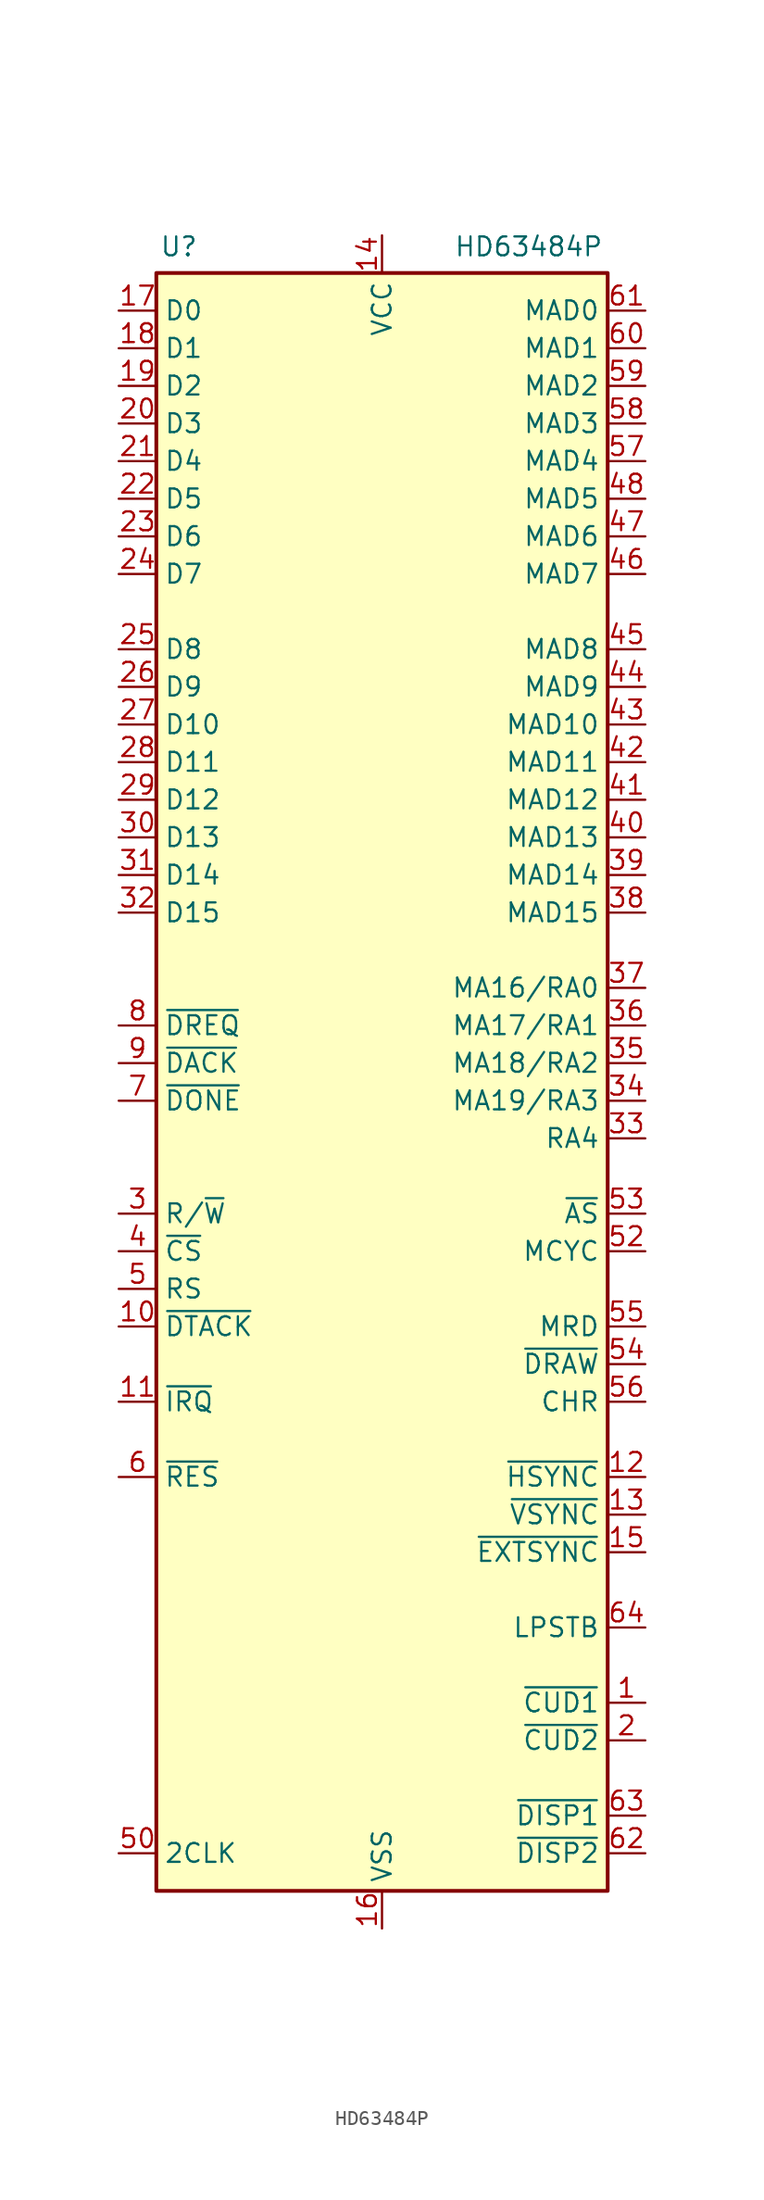
<source format=kicad_sym>
(kicad_symbol_lib
  (version 20241209)
  (generator "kicad_symbol_editor")
  (generator_version "9.0")
  (symbol "HD63484P"
    (property "Reference" "U"
      (at -13.716 55.118 0)
      (effects (font (size 1.27 1.27))))
    (property "Value" "HD63484P"
      (at 9.906 55.118 0)
      (effects (font (size 1.27 1.27))))
    (symbol "HD63484P_0_1"
      (rectangle (start -15.24 53.34) (end 15.24 -55.88) (stroke (width 0.254) (type default)) (fill (type background))))
    (symbol "HD63484P_1_1"
      (pin bidirectional line (at -17.78 50.8 0) (length 2.54) (name "D0" (effects (font (size 1.27 1.27)))) (number "17" (effects (font (size 1.27 1.27)))))
      (pin bidirectional line (at -17.78 48.26 0) (length 2.54) (name "D1" (effects (font (size 1.27 1.27)))) (number "18" (effects (font (size 1.27 1.27)))))
      (pin bidirectional line (at -17.78 45.72 0) (length 2.54) (name "D2" (effects (font (size 1.27 1.27)))) (number "19" (effects (font (size 1.27 1.27)))))
      (pin bidirectional line (at -17.78 43.18 0) (length 2.54) (name "D3" (effects (font (size 1.27 1.27)))) (number "20" (effects (font (size 1.27 1.27)))))
      (pin bidirectional line (at -17.78 40.64 0) (length 2.54) (name "D4" (effects (font (size 1.27 1.27)))) (number "21" (effects (font (size 1.27 1.27)))))
      (pin bidirectional line (at -17.78 38.1 0) (length 2.54) (name "D5" (effects (font (size 1.27 1.27)))) (number "22" (effects (font (size 1.27 1.27)))))
      (pin bidirectional line (at -17.78 35.56 0) (length 2.54) (name "D6" (effects (font (size 1.27 1.27)))) (number "23" (effects (font (size 1.27 1.27)))))
      (pin bidirectional line (at -17.78 33.02 0) (length 2.54) (name "D7" (effects (font (size 1.27 1.27)))) (number "24" (effects (font (size 1.27 1.27)))))
      (pin bidirectional line (at -17.78 27.94 0) (length 2.54) (name "D8" (effects (font (size 1.27 1.27)))) (number "25" (effects (font (size 1.27 1.27)))))
      (pin bidirectional line (at -17.78 25.4 0) (length 2.54) (name "D9" (effects (font (size 1.27 1.27)))) (number "26" (effects (font (size 1.27 1.27)))))
      (pin bidirectional line (at -17.78 22.86 0) (length 2.54) (name "D10" (effects (font (size 1.27 1.27)))) (number "27" (effects (font (size 1.27 1.27)))))
      (pin bidirectional line (at -17.78 20.32 0) (length 2.54) (name "D11" (effects (font (size 1.27 1.27)))) (number "28" (effects (font (size 1.27 1.27)))))
      (pin bidirectional line (at -17.78 17.78 0) (length 2.54) (name "D12" (effects (font (size 1.27 1.27)))) (number "29" (effects (font (size 1.27 1.27)))))
      (pin bidirectional line (at -17.78 15.24 0) (length 2.54) (name "D13" (effects (font (size 1.27 1.27)))) (number "30" (effects (font (size 1.27 1.27)))))
      (pin bidirectional line (at -17.78 12.7 0) (length 2.54) (name "D14" (effects (font (size 1.27 1.27)))) (number "31" (effects (font (size 1.27 1.27)))))
      (pin bidirectional line (at -17.78 10.16 0) (length 2.54) (name "D15" (effects (font (size 1.27 1.27)))) (number "32" (effects (font (size 1.27 1.27)))))
      (pin output line (at -17.78 2.54 0) (length 2.54) (name "~{DREQ}" (effects (font (size 1.27 1.27)))) (number "8" (effects (font (size 1.27 1.27)))))
      (pin input line (at -17.78 0 0) (length 2.54) (name "~{DACK}" (effects (font (size 1.27 1.27)))) (number "9" (effects (font (size 1.27 1.27)))))
      (pin bidirectional line (at -17.78 -2.54 0) (length 2.54) (name "~{DONE}" (effects (font (size 1.27 1.27)))) (number "7" (effects (font (size 1.27 1.27)))))
      (pin input line (at -17.78 -10.16 0) (length 2.54) (name "R/~{W}" (effects (font (size 1.27 1.27)))) (number "3" (effects (font (size 1.27 1.27)))))
      (pin input line (at -17.78 -12.7 0) (length 2.54) (name "~{CS}" (effects (font (size 1.27 1.27)))) (number "4" (effects (font (size 1.27 1.27)))))
      (pin input line (at -17.78 -15.24 0) (length 2.54) (name "RS" (effects (font (size 1.27 1.27)))) (number "5" (effects (font (size 1.27 1.27)))))
      (pin tri_state line (at -17.78 -17.78 0) (length 2.54) (name "~{DTACK}" (effects (font (size 1.27 1.27)))) (number "10" (effects (font (size 1.27 1.27)))))
      (pin open_collector line (at -17.78 -22.86 0) (length 2.54) (name "~{IRQ}" (effects (font (size 1.27 1.27)))) (number "11" (effects (font (size 1.27 1.27)))))
      (pin input line (at -17.78 -27.94 0) (length 2.54) (name "~{RES}" (effects (font (size 1.27 1.27)))) (number "6" (effects (font (size 1.27 1.27)))))
      (pin input line (at -17.78 -53.34 0) (length 2.54) (name "2CLK" (effects (font (size 1.27 1.27)))) (number "50" (effects (font (size 1.27 1.27)))))
      (pin power_in line (at 0 55.88 270) (length 2.54) (name "VCC" (effects (font (size 1.27 1.27)))) (number "14" (effects (font (size 1.27 1.27)))))
      (pin passive line (at 0 55.88 270) (length 2.54) (hide yes) (name "VCC" (effects (font (size 1.27 1.27)))) (number "49" (effects (font (size 1.27 1.27)))))
      (pin power_in line (at 0 -58.42 90) (length 2.54) (name "VSS" (effects (font (size 1.27 1.27)))) (number "16" (effects (font (size 1.27 1.27)))))
      (pin passive line (at 0 -58.42 90) (length 2.54) (hide yes) (name "VSS" (effects (font (size 1.27 1.27)))) (number "51" (effects (font (size 1.27 1.27)))))
      (pin bidirectional line (at 17.78 50.8 180) (length 2.54) (name "MAD0" (effects (font (size 1.27 1.27)))) (number "61" (effects (font (size 1.27 1.27)))))
      (pin bidirectional line (at 17.78 48.26 180) (length 2.54) (name "MAD1" (effects (font (size 1.27 1.27)))) (number "60" (effects (font (size 1.27 1.27)))))
      (pin bidirectional line (at 17.78 45.72 180) (length 2.54) (name "MAD2" (effects (font (size 1.27 1.27)))) (number "59" (effects (font (size 1.27 1.27)))))
      (pin bidirectional line (at 17.78 43.18 180) (length 2.54) (name "MAD3" (effects (font (size 1.27 1.27)))) (number "58" (effects (font (size 1.27 1.27)))))
      (pin bidirectional line (at 17.78 40.64 180) (length 2.54) (name "MAD4" (effects (font (size 1.27 1.27)))) (number "57" (effects (font (size 1.27 1.27)))))
      (pin bidirectional line (at 17.78 38.1 180) (length 2.54) (name "MAD5" (effects (font (size 1.27 1.27)))) (number "48" (effects (font (size 1.27 1.27)))))
      (pin bidirectional line (at 17.78 35.56 180) (length 2.54) (name "MAD6" (effects (font (size 1.27 1.27)))) (number "47" (effects (font (size 1.27 1.27)))))
      (pin bidirectional line (at 17.78 33.02 180) (length 2.54) (name "MAD7" (effects (font (size 1.27 1.27)))) (number "46" (effects (font (size 1.27 1.27)))))
      (pin bidirectional line (at 17.78 27.94 180) (length 2.54) (name "MAD8" (effects (font (size 1.27 1.27)))) (number "45" (effects (font (size 1.27 1.27)))))
      (pin bidirectional line (at 17.78 25.4 180) (length 2.54) (name "MAD9" (effects (font (size 1.27 1.27)))) (number "44" (effects (font (size 1.27 1.27)))))
      (pin bidirectional line (at 17.78 22.86 180) (length 2.54) (name "MAD10" (effects (font (size 1.27 1.27)))) (number "43" (effects (font (size 1.27 1.27)))))
      (pin bidirectional line (at 17.78 20.32 180) (length 2.54) (name "MAD11" (effects (font (size 1.27 1.27)))) (number "42" (effects (font (size 1.27 1.27)))))
      (pin bidirectional line (at 17.78 17.78 180) (length 2.54) (name "MAD12" (effects (font (size 1.27 1.27)))) (number "41" (effects (font (size 1.27 1.27)))))
      (pin bidirectional line (at 17.78 15.24 180) (length 2.54) (name "MAD13" (effects (font (size 1.27 1.27)))) (number "40" (effects (font (size 1.27 1.27)))))
      (pin bidirectional line (at 17.78 12.7 180) (length 2.54) (name "MAD14" (effects (font (size 1.27 1.27)))) (number "39" (effects (font (size 1.27 1.27)))))
      (pin bidirectional line (at 17.78 10.16 180) (length 2.54) (name "MAD15" (effects (font (size 1.27 1.27)))) (number "38" (effects (font (size 1.27 1.27)))))
      (pin output line (at 17.78 5.08 180) (length 2.54) (name "MA16/RA0" (effects (font (size 1.27 1.27)))) (number "37" (effects (font (size 1.27 1.27)))))
      (pin output line (at 17.78 2.54 180) (length 2.54) (name "MA17/RA1" (effects (font (size 1.27 1.27)))) (number "36" (effects (font (size 1.27 1.27)))))
      (pin output line (at 17.78 0 180) (length 2.54) (name "MA18/RA2" (effects (font (size 1.27 1.27)))) (number "35" (effects (font (size 1.27 1.27)))))
      (pin output line (at 17.78 -2.54 180) (length 2.54) (name "MA19/RA3" (effects (font (size 1.27 1.27)))) (number "34" (effects (font (size 1.27 1.27)))))
      (pin output line (at 17.78 -5.08 180) (length 2.54) (name "RA4" (effects (font (size 1.27 1.27)))) (number "33" (effects (font (size 1.27 1.27)))))
      (pin output line (at 17.78 -10.16 180) (length 2.54) (name "~{AS}" (effects (font (size 1.27 1.27)))) (number "53" (effects (font (size 1.27 1.27)))))
      (pin output line (at 17.78 -12.7 180) (length 2.54) (name "MCYC" (effects (font (size 1.27 1.27)))) (number "52" (effects (font (size 1.27 1.27)))))
      (pin output line (at 17.78 -17.78 180) (length 2.54) (name "MRD" (effects (font (size 1.27 1.27)))) (number "55" (effects (font (size 1.27 1.27)))))
      (pin output line (at 17.78 -20.32 180) (length 2.54) (name "~{DRAW}" (effects (font (size 1.27 1.27)))) (number "54" (effects (font (size 1.27 1.27)))))
      (pin output line (at 17.78 -22.86 180) (length 2.54) (name "CHR" (effects (font (size 1.27 1.27)))) (number "56" (effects (font (size 1.27 1.27)))))
      (pin output line (at 17.78 -27.94 180) (length 2.54) (name "~{HSYNC}" (effects (font (size 1.27 1.27)))) (number "12" (effects (font (size 1.27 1.27)))))
      (pin output line (at 17.78 -30.48 180) (length 2.54) (name "~{VSYNC}" (effects (font (size 1.27 1.27)))) (number "13" (effects (font (size 1.27 1.27)))))
      (pin bidirectional line (at 17.78 -33.02 180) (length 2.54) (name "~{EXTSYNC}" (effects (font (size 1.27 1.27)))) (number "15" (effects (font (size 1.27 1.27)))))
      (pin input line (at 17.78 -38.1 180) (length 2.54) (name "LPSTB" (effects (font (size 1.27 1.27)))) (number "64" (effects (font (size 1.27 1.27)))))
      (pin output line (at 17.78 -43.18 180) (length 2.54) (name "~{CUD1}" (effects (font (size 1.27 1.27)))) (number "1" (effects (font (size 1.27 1.27)))))
      (pin output line (at 17.78 -45.72 180) (length 2.54) (name "~{CUD2}" (effects (font (size 1.27 1.27)))) (number "2" (effects (font (size 1.27 1.27)))))
      (pin output line (at 17.78 -50.8 180) (length 2.54) (name "~{DISP1}" (effects (font (size 1.27 1.27)))) (number "63" (effects (font (size 1.27 1.27)))))
      (pin output line (at 17.78 -53.34 180) (length 2.54) (name "~{DISP2}" (effects (font (size 1.27 1.27)))) (number "62" (effects (font (size 1.27 1.27))))))))
</source>
